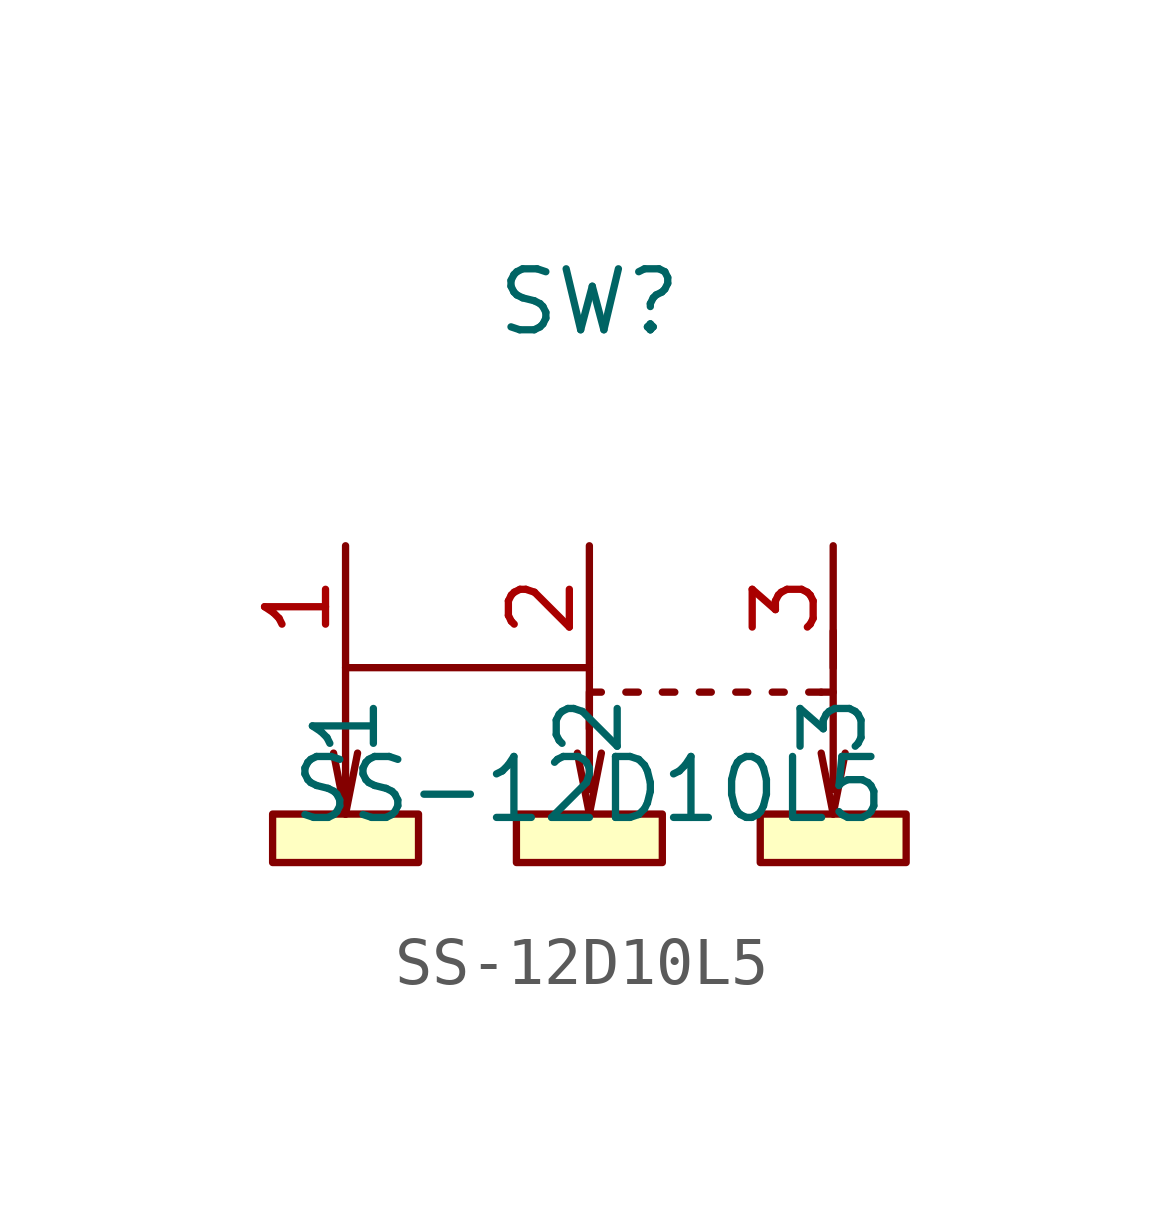
<source format=kicad_sym>
(kicad_symbol_lib
  (version 20211014)
  (generator https://github.com/uPesy/easyeda2kicad.py)
  (symbol "SS-12D10L5"
    (property "Reference" "SW"
      (at 0 7.62 0)
      (effects (font (size 1.27 1.27))))
    (property "Value" "SS-12D10L5"
      (at 0 -2.54 0)
      (effects (font (size 1.27 1.27))))
    (symbol "SS-12D10L5_0_1"
      (rectangle (start -6.60 -3.05) (end -3.56 -4.06) (stroke (width 0) (type default) (color 0 0 0 0)) (fill (type background)))
      (rectangle (start -1.52 -3.05) (end 1.52 -4.06) (stroke (width 0) (type default) (color 0 0 0 0)) (fill (type background)))
      (rectangle (start 3.56 -3.05) (end 6.60 -4.06) (stroke (width 0) (type default) (color 0 0 0 0)) (fill (type background)))
      (polyline (pts (xy -5.08 -3.05) (xy -5.08 -0.00) (xy -2.54 -0.00) (xy 0.00 -0.00)) (stroke (width 0) (type default) (color 0 0 0 0)) (fill (type none)))
      (polyline (pts (xy -5.08 -3.05) (xy -5.33 -1.78)) (stroke (width 0) (type default) (color 0 0 0 0)) (fill (type none)))
      (polyline (pts (xy -5.08 -3.05) (xy -4.83 -1.78)) (stroke (width 0) (type default) (color 0 0 0 0)) (fill (type none)))
      (polyline (pts (xy 0.00 -3.05) (xy -0.25 -1.78)) (stroke (width 0) (type default) (color 0 0 0 0)) (fill (type none)))
      (polyline (pts (xy 0.00 -3.05) (xy 0.25 -1.78)) (stroke (width 0) (type default) (color 0 0 0 0)) (fill (type none)))
      (polyline (pts (xy 5.08 -3.05) (xy 4.83 -1.78)) (stroke (width 0) (type default) (color 0 0 0 0)) (fill (type none)))
      (polyline (pts (xy 5.08 -3.05) (xy 5.33 -1.78)) (stroke (width 0) (type default) (color 0 0 0 0)) (fill (type none)))
      (polyline (pts (xy 0.00 -0.00) (xy 0.00 -1.27)) (stroke (width 0) (type default) (color 0 0 0 0)) (fill (type none)))
      (polyline (pts (xy 5.08 0.76) (xy 5.08 -0.51)) (stroke (width 0) (type default) (color 0 0 0 0)) (fill (type none)))
      (polyline (pts (xy 0.00 -2.54) (xy 0.00 -0.51) (xy 0.25 -0.51)) (stroke (width 0) (type default) (color 0 0 0 0)) (fill (type none)))
      (polyline (pts (xy 0.76 -0.51) (xy 1.02 -0.51)) (stroke (width 0) (type default) (color 0 0 0 0)) (fill (type none)))
      (polyline (pts (xy 1.52 -0.51) (xy 1.78 -0.51)) (stroke (width 0) (type default) (color 0 0 0 0)) (fill (type none)))
      (polyline (pts (xy 2.29 -0.51) (xy 2.54 -0.51)) (stroke (width 0) (type default) (color 0 0 0 0)) (fill (type none)))
      (polyline (pts (xy 3.05 -0.51) (xy 3.30 -0.51)) (stroke (width 0) (type default) (color 0 0 0 0)) (fill (type none)))
      (polyline (pts (xy 3.81 -0.51) (xy 4.06 -0.51)) (stroke (width 0) (type default) (color 0 0 0 0)) (fill (type none)))
      (polyline (pts (xy 4.57 -0.51) (xy 4.83 -0.51)) (stroke (width 0) (type default) (color 0 0 0 0)) (fill (type none)))
      (polyline (pts (xy 4.83 -0.51) (xy 5.08 -0.51) (xy 5.08 -2.54)) (stroke (width 0) (type default) (color 0 0 0 0)) (fill (type none)))
      (pin unspecified line (at -5.08 2.54 270) (length 2.54) (name "1" (effects (font (size 1.27 1.27)))) (number "1" (effects (font (size 1.27 1.27)))))
      (pin unspecified line (at 0.00 2.54 270) (length 2.54) (name "2" (effects (font (size 1.27 1.27)))) (number "2" (effects (font (size 1.27 1.27)))))
      (pin unspecified line (at 5.08 2.54 270) (length 2.54) (name "3" (effects (font (size 1.27 1.27)))) (number "3" (effects (font (size 1.27 1.27))))))))
</source>
